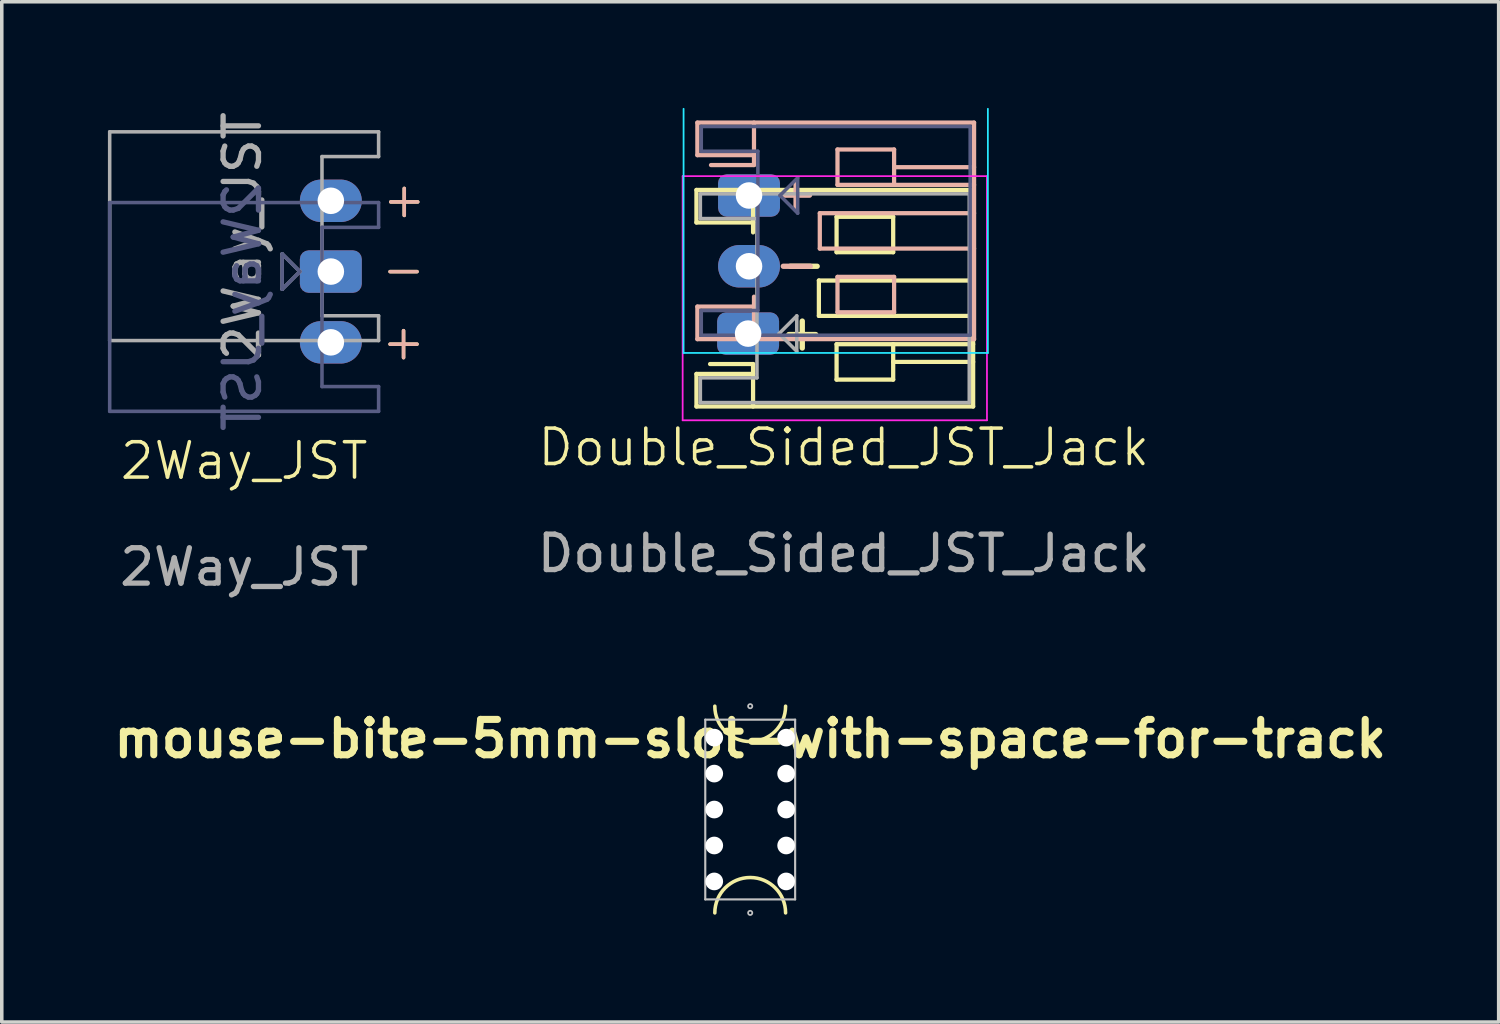
<source format=kicad_pcb>
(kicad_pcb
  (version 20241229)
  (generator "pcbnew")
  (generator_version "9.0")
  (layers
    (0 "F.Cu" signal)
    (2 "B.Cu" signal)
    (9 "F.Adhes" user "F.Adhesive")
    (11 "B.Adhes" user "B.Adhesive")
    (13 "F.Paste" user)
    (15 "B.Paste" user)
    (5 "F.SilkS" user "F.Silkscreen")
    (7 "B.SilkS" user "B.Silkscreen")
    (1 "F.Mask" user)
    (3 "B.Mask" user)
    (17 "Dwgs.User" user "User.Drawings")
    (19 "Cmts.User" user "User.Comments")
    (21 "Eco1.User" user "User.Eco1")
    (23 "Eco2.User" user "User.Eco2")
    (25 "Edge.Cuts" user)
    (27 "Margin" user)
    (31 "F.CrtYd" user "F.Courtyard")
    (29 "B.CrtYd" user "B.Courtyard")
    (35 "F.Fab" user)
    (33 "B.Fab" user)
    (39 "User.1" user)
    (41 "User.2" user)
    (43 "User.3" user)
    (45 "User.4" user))
  (footprint "Double_Sided_JST_Jack"
    (layer "F.Cu")
    (at 20.796 10.091)
    (property "Reference" "Double_Sided_JST_Jack" (at 0 -0.5 0) (unlocked yes) (layer "F.SilkS") (effects (font (size 1 1) (thickness 0.1))))
    (attr through_hole)
    (fp_line (start -4.163 -7.773) (end -4.163 -6.853) (stroke (width 0.12) (type solid)) (layer "F.SilkS"))
    (fp_line (start -4.163 -6.853) (end -2.563 -6.853) (stroke (width 0.12) (type solid)) (layer "F.SilkS"))
    (fp_line (start -4.163 -2.573) (end -4.163 -1.653) (stroke (width 0.12) (type solid)) (layer "F.SilkS"))
    (fp_line (start -4.163 -1.653) (end 3.657 -1.653) (stroke (width 0.12) (type solid)) (layer "F.SilkS"))
    (fp_line (start -2.563 -7.773) (end -2.563 -6.853) (stroke (width 0.12) (type solid)) (layer "F.SilkS"))
    (fp_line (start -2.563 -6.853) (end -2.563 -6.573) (stroke (width 0.12) (type solid)) (layer "F.SilkS"))
    (fp_line (start -2.563 -2.853) (end -3.778 -2.853) (stroke (width 0.12) (type solid)) (layer "F.SilkS"))
    (fp_line (start -2.563 -2.853) (end -2.563 -2.573) (stroke (width 0.12) (type solid)) (layer "F.SilkS"))
    (fp_line (start -2.563 -2.573) (end -4.163 -2.573) (stroke (width 0.12) (type solid)) (layer "F.SilkS"))
    (fp_line (start -2.563 -1.653) (end -2.563 -2.573) (stroke (width 0.12) (type solid)) (layer "F.SilkS"))
    (fp_line (start -0.703 -5.213) (end 3.657 -5.213) (stroke (width 0.12) (type solid)) (layer "F.SilkS"))
    (fp_line (start -0.703 -4.213) (end -0.703 -5.213) (stroke (width 0.12) (type solid)) (layer "F.SilkS"))
    (fp_line (start -0.203 -7.013) (end 1.397 -7.013) (stroke (width 0.12) (type solid)) (layer "F.SilkS"))
    (fp_line (start -0.203 -6.013) (end -0.203 -7.013) (stroke (width 0.12) (type solid)) (layer "F.SilkS"))
    (fp_line (start -0.203 -3.413) (end -0.203 -2.413) (stroke (width 0.12) (type solid)) (layer "F.SilkS"))
    (fp_line (start -0.203 -2.413) (end 1.397 -2.413) (stroke (width 0.12) (type solid)) (layer "F.SilkS"))
    (fp_line (start 1.397 -7.013) (end 1.397 -6.013) (stroke (width 0.12) (type solid)) (layer "F.SilkS"))
    (fp_line (start 1.397 -6.013) (end -0.203 -6.013) (stroke (width 0.12) (type solid)) (layer "F.SilkS"))
    (fp_line (start 1.397 -3.413) (end -0.203 -3.413) (stroke (width 0.12) (type solid)) (layer "F.SilkS"))
    (fp_line (start 1.397 -3.413) (end 3.657 -3.413) (stroke (width 0.12) (type solid)) (layer "F.SilkS"))
    (fp_line (start 1.397 -2.913) (end 3.657 -2.913) (stroke (width 0.12) (type solid)) (layer "F.SilkS"))
    (fp_line (start 1.397 -2.413) (end 1.397 -3.413) (stroke (width 0.12) (type solid)) (layer "F.SilkS"))
    (fp_line (start 3.657 -7.773) (end -4.163 -7.773) (stroke (width 0.12) (type solid)) (layer "F.SilkS"))
    (fp_line (start 3.657 -4.213) (end -0.703 -4.213) (stroke (width 0.12) (type solid)) (layer "F.SilkS"))
    (fp_line (start 3.657 -1.653) (end 3.657 -7.773) (stroke (width 0.12) (type solid)) (layer "F.SilkS"))
    (fp_line (start -4.137 -9.676) (end 3.683 -9.676) (stroke (width 0.12) (type solid)) (layer "B.SilkS"))
    (fp_line (start -4.137 -8.756) (end -4.137 -9.676) (stroke (width 0.12) (type solid)) (layer "B.SilkS"))
    (fp_line (start -4.137 -4.476) (end -2.537 -4.476) (stroke (width 0.12) (type solid)) (layer "B.SilkS"))
    (fp_line (start -4.137 -3.556) (end -4.137 -4.476) (stroke (width 0.12) (type solid)) (layer "B.SilkS"))
    (fp_line (start -2.537 -9.676) (end -2.537 -8.756) (stroke (width 0.12) (type solid)) (layer "B.SilkS"))
    (fp_line (start -2.537 -8.756) (end -4.137 -8.756) (stroke (width 0.12) (type solid)) (layer "B.SilkS"))
    (fp_line (start -2.537 -8.476) (end -3.752 -8.476) (stroke (width 0.12) (type solid)) (layer "B.SilkS"))
    (fp_line (start -2.537 -8.476) (end -2.537 -8.756) (stroke (width 0.12) (type solid)) (layer "B.SilkS"))
    (fp_line (start -2.537 -4.476) (end -2.537 -4.756) (stroke (width 0.12) (type solid)) (layer "B.SilkS"))
    (fp_line (start -2.537 -3.556) (end -2.537 -4.476) (stroke (width 0.12) (type solid)) (layer "B.SilkS"))
    (fp_line (start -0.677 -7.116) (end -0.677 -6.116) (stroke (width 0.12) (type solid)) (layer "B.SilkS"))
    (fp_line (start -0.677 -6.116) (end 3.683 -6.116) (stroke (width 0.12) (type solid)) (layer "B.SilkS"))
    (fp_line (start -0.177 -8.916) (end 1.423 -8.916) (stroke (width 0.12) (type solid)) (layer "B.SilkS"))
    (fp_line (start -0.177 -7.916) (end -0.177 -8.916) (stroke (width 0.12) (type solid)) (layer "B.SilkS"))
    (fp_line (start -0.177 -5.316) (end -0.177 -4.316) (stroke (width 0.12) (type solid)) (layer "B.SilkS"))
    (fp_line (start -0.177 -4.316) (end 1.423 -4.316) (stroke (width 0.12) (type solid)) (layer "B.SilkS"))
    (fp_line (start 1.423 -8.916) (end 1.423 -7.916) (stroke (width 0.12) (type solid)) (layer "B.SilkS"))
    (fp_line (start 1.423 -8.416) (end 3.683 -8.416) (stroke (width 0.12) (type solid)) (layer "B.SilkS"))
    (fp_line (start 1.423 -7.916) (end -0.177 -7.916) (stroke (width 0.12) (type solid)) (layer "B.SilkS"))
    (fp_line (start 1.423 -7.916) (end 3.683 -7.916) (stroke (width 0.12) (type solid)) (layer "B.SilkS"))
    (fp_line (start 1.423 -5.316) (end -0.177 -5.316) (stroke (width 0.12) (type solid)) (layer "B.SilkS"))
    (fp_line (start 1.423 -4.316) (end 1.423 -5.316) (stroke (width 0.12) (type solid)) (layer "B.SilkS"))
    (fp_line (start 3.683 -9.676) (end 3.683 -3.556) (stroke (width 0.12) (type solid)) (layer "B.SilkS"))
    (fp_line (start 3.683 -7.116) (end -0.677 -7.116) (stroke (width 0.12) (type solid)) (layer "B.SilkS"))
    (fp_line (start 3.683 -3.556) (end -4.137 -3.556) (stroke (width 0.12) (type solid)) (layer "B.SilkS"))
    (fp_line (start -4.527 -3.166) (end -4.527 -10.066) (stroke (width 0.05) (type solid)) (layer "B.CrtYd"))
    (fp_line (start 4.073 -10.066) (end 4.073 -3.166) (stroke (width 0.05) (type solid)) (layer "B.CrtYd"))
    (fp_line (start 4.073 -3.166) (end -4.527 -3.166) (stroke (width 0.05) (type solid)) (layer "B.CrtYd"))
    (fp_line (start -4.553 -8.163) (end -4.553 -1.263) (stroke (width 0.05) (type solid)) (layer "F.CrtYd"))
    (fp_line (start -4.553 -1.263) (end 4.047 -1.263) (stroke (width 0.05) (type solid)) (layer "F.CrtYd"))
    (fp_line (start 4.047 -8.163) (end -4.553 -8.163) (stroke (width 0.05) (type solid)) (layer "F.CrtYd"))
    (fp_line (start 4.047 -1.263) (end 4.047 -8.163) (stroke (width 0.05) (type solid)) (layer "F.CrtYd"))
    (fp_line (start -4.027 -9.566) (end 3.573 -9.566) (stroke (width 0.1) (type solid)) (layer "B.Fab"))
    (fp_line (start -4.027 -8.866) (end -4.027 -9.566) (stroke (width 0.1) (type solid)) (layer "B.Fab"))
    (fp_line (start -4.027 -4.366) (end -2.427 -4.366) (stroke (width 0.1) (type solid)) (layer "B.Fab"))
    (fp_line (start -4.027 -3.666) (end -4.027 -4.366) (stroke (width 0.1) (type solid)) (layer "B.Fab"))
    (fp_line (start -2.427 -8.866) (end -4.027 -8.866) (stroke (width 0.1) (type solid)) (layer "B.Fab"))
    (fp_line (start -2.427 -4.366) (end -2.427 -8.866) (stroke (width 0.1) (type solid)) (layer "B.Fab"))
    (fp_line (start -1.802 -7.616) (end -1.302 -8.116) (stroke (width 0.1) (type solid)) (layer "B.Fab"))
    (fp_line (start -1.302 -8.116) (end -1.302 -7.116) (stroke (width 0.1) (type solid)) (layer "B.Fab"))
    (fp_line (start -1.302 -7.116) (end -1.802 -7.616) (stroke (width 0.1) (type solid)) (layer "B.Fab"))
    (fp_line (start 3.573 -9.566) (end 3.573 -3.666) (stroke (width 0.1) (type solid)) (layer "B.Fab"))
    (fp_line (start 3.573 -3.666) (end -4.027 -3.666) (stroke (width 0.1) (type solid)) (layer "B.Fab"))
    (fp_line (start -4.053 -7.663) (end -4.053 -6.963) (stroke (width 0.1) (type solid)) (layer "F.Fab"))
    (fp_line (start -4.053 -6.963) (end -2.453 -6.963) (stroke (width 0.1) (type solid)) (layer "F.Fab"))
    (fp_line (start -4.053 -2.463) (end -4.053 -1.763) (stroke (width 0.1) (type solid)) (layer "F.Fab"))
    (fp_line (start -4.053 -1.763) (end 3.547 -1.763) (stroke (width 0.1) (type solid)) (layer "F.Fab"))
    (fp_line (start -2.453 -6.963) (end -2.453 -2.463) (stroke (width 0.1) (type solid)) (layer "F.Fab"))
    (fp_line (start -2.453 -2.463) (end -4.053 -2.463) (stroke (width 0.1) (type solid)) (layer "F.Fab"))
    (fp_line (start -1.828 -3.713) (end -1.328 -3.213) (stroke (width 0.1) (type solid)) (layer "F.Fab"))
    (fp_line (start -1.328 -4.213) (end -1.828 -3.713) (stroke (width 0.1) (type solid)) (layer "F.Fab"))
    (fp_line (start -1.328 -3.213) (end -1.328 -4.213) (stroke (width 0.1) (type solid)) (layer "F.Fab"))
    (fp_line (start 3.547 -7.663) (end -4.053 -7.663) (stroke (width 0.1) (type solid)) (layer "F.Fab"))
    (fp_line (start 3.547 -1.763) (end 3.547 -7.663) (stroke (width 0.1) (type solid)) (layer "F.Fab"))
    (fp_text user "-" (at -1.85 -5.69 0) (unlocked yes) (layer "F.SilkS") (effects (font (size 1 1) (thickness 0.15)) (justify left)))
    (fp_text user "+" (at -1.89 -3.76 0) (unlocked yes) (layer "F.SilkS") (effects (font (size 1 1) (thickness 0.15)) (justify left)))
    (fp_text user "+" (at -0.63 -7.7 0) (unlocked yes) (layer "B.SilkS") (effects (font (size 1 1) (thickness 0.15)) (justify left mirror)))
    (fp_text user "-" (at -0.61 -5.69 0) (unlocked yes) (layer "B.SilkS") (effects (font (size 1 1) (thickness 0.15)) (justify left mirror)))
    (fp_text user "${REFERENCE}" (at 0 2.5 0) (unlocked yes) (layer "F.Fab") (effects (font (size 1 1) (thickness 0.15))))
    (pad "1" thru_hole roundrect (at -2.703 -3.713 90) (size 1.2 1.75) (drill 0.75) (layers "*.Cu" "*.Mask") (roundrect_rratio 0.208))
    (pad "1" thru_hole roundrect (at -2.677 -7.616 90) (size 1.2 1.75) (drill 0.75) (layers "*.Cu" "*.Mask") (roundrect_rratio 0.208))
    (pad "2" thru_hole oval (at -2.677 -5.616 90) (size 1.2 1.75) (drill 0.75) (layers "*.Cu" "*.Mask")))
  (footprint "2Way_JST"
    (layer "F.Cu")
    (at 3.85 10.475)
    (property "Reference" "2Way_JST" (at 0 -0.5 0) (unlocked yes) (layer "F.SilkS") (effects (font (size 1 1) (thickness 0.1))))
    (attr through_hole)
    (fp_line (start -3.8 -7.8) (end 3.8 -7.8) (stroke (width 0.1) (type solid)) (layer "B.Fab"))
    (fp_line (start -3.8 -1.9) (end -3.8 -7.8) (stroke (width 0.1) (type solid)) (layer "B.Fab"))
    (fp_line (start 1.075 -6.35) (end 1.575 -5.85) (stroke (width 0.1) (type solid)) (layer "B.Fab"))
    (fp_line (start 1.075 -5.35) (end 1.075 -6.35) (stroke (width 0.1) (type solid)) (layer "B.Fab"))
    (fp_line (start 1.575 -5.85) (end 1.075 -5.35) (stroke (width 0.1) (type solid)) (layer "B.Fab"))
    (fp_line (start 2.2 -7.1) (end 2.2 -2.6) (stroke (width 0.1) (type solid)) (layer "B.Fab"))
    (fp_line (start 2.2 -2.6) (end 3.8 -2.6) (stroke (width 0.1) (type solid)) (layer "B.Fab"))
    (fp_line (start 3.8 -7.8) (end 3.8 -7.1) (stroke (width 0.1) (type solid)) (layer "B.Fab"))
    (fp_line (start 3.8 -7.1) (end 2.2 -7.1) (stroke (width 0.1) (type solid)) (layer "B.Fab"))
    (fp_line (start 3.8 -2.6) (end 3.8 -1.9) (stroke (width 0.1) (type solid)) (layer "B.Fab"))
    (fp_line (start 3.8 -1.9) (end -3.8 -1.9) (stroke (width 0.1) (type solid)) (layer "B.Fab"))
    (fp_line (start -3.8 -9.8) (end -3.8 -3.9) (stroke (width 0.1) (type solid)) (layer "F.Fab"))
    (fp_line (start -3.8 -3.9) (end 3.8 -3.9) (stroke (width 0.1) (type solid)) (layer "F.Fab"))
    (fp_line (start 1.075 -6.35) (end 1.075 -5.35) (stroke (width 0.1) (type solid)) (layer "F.Fab"))
    (fp_line (start 1.075 -5.35) (end 1.575 -5.85) (stroke (width 0.1) (type solid)) (layer "F.Fab"))
    (fp_line (start 1.575 -5.85) (end 1.075 -6.35) (stroke (width 0.1) (type solid)) (layer "F.Fab"))
    (fp_line (start 2.2 -9.1) (end 3.8 -9.1) (stroke (width 0.1) (type solid)) (layer "F.Fab"))
    (fp_line (start 2.2 -4.6) (end 2.2 -9.1) (stroke (width 0.1) (type solid)) (layer "F.Fab"))
    (fp_line (start 3.8 -9.8) (end -3.8 -9.8) (stroke (width 0.1) (type solid)) (layer "F.Fab"))
    (fp_line (start 3.8 -9.1) (end 3.8 -9.8) (stroke (width 0.1) (type solid)) (layer "F.Fab"))
    (fp_line (start 3.8 -4.6) (end 2.2 -4.6) (stroke (width 0.1) (type solid)) (layer "F.Fab"))
    (fp_line (start 3.8 -3.9) (end 3.8 -4.6) (stroke (width 0.1) (type solid)) (layer "F.Fab"))
    (fp_text user "+" (at 3.84 -7.31 0) (unlocked yes) (layer "F.SilkS") (effects (font (size 1 1) (thickness 0.1)) (justify left bottom)))
    (fp_text user "+" (at 3.82 -3.29 0) (unlocked yes) (layer "F.SilkS") (effects (font (size 1 1) (thickness 0.1)) (justify left bottom)))
    (fp_text user "-" (at 3.82 -5.34 0) (unlocked yes) (layer "F.SilkS") (effects (font (size 1 1) (thickness 0.1)) (justify left bottom)))
    (fp_text user "+" (at 3.84 -7.31 0) (unlocked yes) (layer "B.SilkS") (effects (font (size 1 1) (thickness 0.1)) (justify left bottom)))
    (fp_text user "-" (at 3.82 -5.34 0) (unlocked yes) (layer "B.SilkS") (effects (font (size 1 1) (thickness 0.1)) (justify left bottom)))
    (fp_text user "+" (at 3.82 -3.29 0) (unlocked yes) (layer "B.SilkS") (effects (font (size 1 1) (thickness 0.1)) (justify left bottom)))
    (fp_text user "${REFERENCE}" (at -0.05 -4.85 270) (layer "B.Fab") (effects (font (size 1 1) (thickness 0.15)) (justify mirror)))
    (fp_text user "${REFERENCE}" (at -0.05 -6.85 270) (layer "F.Fab") (effects (font (size 1 1) (thickness 0.15))))
    (fp_text user "${REFERENCE}" (at 0 2.5 0) (unlocked yes) (layer "F.Fab") (effects (font (size 1 1) (thickness 0.15))))
    (pad "1" thru_hole roundrect (at 2.45 -5.85 270) (size 1.2 1.75) (drill 0.75) (layers "*.Cu" "*.Mask") (roundrect_rratio 0.208))
    (pad "2" thru_hole oval (at 2.45 -7.85 270) (size 1.2 1.75) (drill 0.75) (layers "*.Cu" "*.Mask"))
    (pad "2" thru_hole oval (at 2.45 -3.85 270) (size 1.2 1.75) (drill 0.75) (layers "*.Cu" "*.Mask")))
  (footprint "mouse-bite-5mm-slot-with-space-for-track"
    (layer "F.Cu")
    (at 18.152 19.829)
    (property "Reference" "mouse-bite-5mm-slot-with-space-for-track" (at 0 -2 0) (layer "F.SilkS") (effects (font (size 1 1) (thickness 0.2))))
    (attr exclude_from_pos_files exclude_from_bom)
    (fp_arc (start -1 2.921) (mid 0 1.921) (end 1 2.921) (stroke (width 0.1) (type solid)) (layer "F.SilkS"))
    (fp_arc (start 1 -2.921) (mid 0 -1.921) (end -1 -2.921) (stroke (width 0.1) (type solid)) (layer "F.SilkS"))
    (fp_line (start -1.27 -2.54) (end 1.27 -2.54) (stroke (width 0.06) (type solid)) (layer "Dwgs.User"))
    (fp_line (start -1.27 2.54) (end -1.27 -2.54) (stroke (width 0.06) (type solid)) (layer "Dwgs.User"))
    (fp_line (start -1.27 2.54) (end 1.27 2.54) (stroke (width 0.06) (type solid)) (layer "Dwgs.User"))
    (fp_line (start 1.27 -2.54) (end 1.27 2.54) (stroke (width 0.06) (type solid)) (layer "Dwgs.User"))
    (fp_circle (center 0 -2.921) (end 0.06 -2.921) (stroke (width 0.05) (type solid)) (fill no) (layer "Dwgs.User"))
    (fp_circle (center 0 2.921) (end 0.06 2.921) (stroke (width 0.05) (type solid)) (fill no) (layer "Dwgs.User"))
    (pad "" np_thru_hole circle (at -1.016 -2.032) (size 0.5 0.5) (drill 0.5) (layers "*.Cu" "*.Mask"))
    (pad "" np_thru_hole circle (at -1.016 -1.016) (size 0.5 0.5) (drill 0.5) (layers "*.Cu" "*.Mask"))
    (pad "" np_thru_hole circle (at -1.016 0) (size 0.5 0.5) (drill 0.5) (layers "*.Cu" "*.Mask"))
    (pad "" np_thru_hole circle (at -1.016 1.016) (size 0.5 0.5) (drill 0.5) (layers "*.Cu" "*.Mask"))
    (pad "" np_thru_hole circle (at -1.016 2.032) (size 0.5 0.5) (drill 0.5) (layers "*.Cu" "*.Mask"))
    (pad "" np_thru_hole circle (at 1.016 -2.032) (size 0.5 0.5) (drill 0.5) (layers "*.Cu" "*.Mask"))
    (pad "" np_thru_hole circle (at 1.016 -1.016) (size 0.5 0.5) (drill 0.5) (layers "*.Cu" "*.Mask"))
    (pad "" np_thru_hole circle (at 1.016 0) (size 0.5 0.5) (drill 0.5) (layers "*.Cu" "*.Mask"))
    (pad "" np_thru_hole circle (at 1.016 1.016) (size 0.5 0.5) (drill 0.5) (layers "*.Cu" "*.Mask"))
    (pad "" np_thru_hole circle (at 1.016 2.032) (size 0.5 0.5) (drill 0.5) (layers "*.Cu" "*.Mask")))
  (gr_rect
    (start -3 -3)
    (end 39.305 25.835)
    (stroke (width 0.1) (type default))
    (fill no)
    (layer "Edge.Cuts")))
</source>
